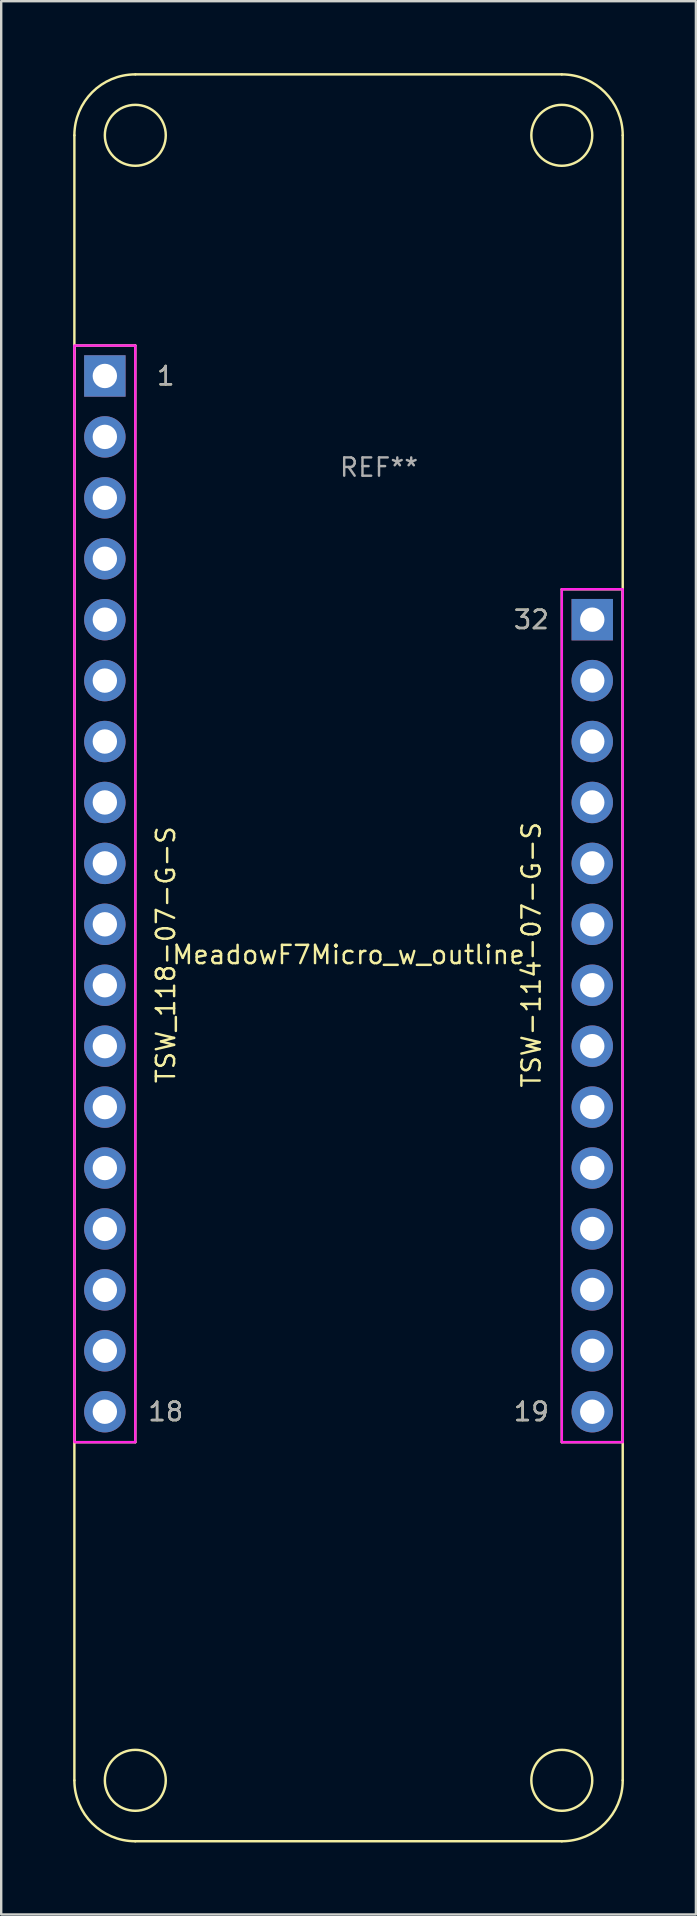
<source format=kicad_pcb>
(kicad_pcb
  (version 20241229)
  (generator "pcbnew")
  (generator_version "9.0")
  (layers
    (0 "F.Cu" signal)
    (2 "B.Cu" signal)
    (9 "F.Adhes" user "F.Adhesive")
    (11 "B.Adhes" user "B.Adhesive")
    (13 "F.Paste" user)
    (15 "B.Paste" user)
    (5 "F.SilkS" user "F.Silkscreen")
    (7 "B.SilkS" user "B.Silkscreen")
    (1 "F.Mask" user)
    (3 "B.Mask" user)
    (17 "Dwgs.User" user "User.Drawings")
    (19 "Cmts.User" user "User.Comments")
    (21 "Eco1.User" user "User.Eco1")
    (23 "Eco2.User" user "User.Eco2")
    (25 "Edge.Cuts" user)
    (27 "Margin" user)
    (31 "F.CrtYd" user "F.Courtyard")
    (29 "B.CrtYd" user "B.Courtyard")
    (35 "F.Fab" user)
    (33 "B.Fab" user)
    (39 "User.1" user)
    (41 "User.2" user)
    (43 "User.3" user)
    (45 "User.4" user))
  (footprint "MeadowF7Micro_w_outline"
    (layer "F.Cu")
    (at 1.321 12.624)
    (property "Reference" "MeadowF7Micro_w_outline" (at 10.16 24.13 0) (layer "F.SilkS") (effects (font (size 0.762 0.762) (thickness 0.102))))
    (attr through_hole)
    (fp_line (start -1.27 -10.033) (end -1.27 58.547) (stroke (width 0.102) (type solid)) (layer "F.SilkS"))
    (fp_line (start -1.27 -1.27) (end -1.27 44.45) (stroke (width 0.102) (type solid)) (layer "F.SilkS"))
    (fp_line (start -1.27 44.45) (end 1.27 44.45) (stroke (width 0.102) (type solid)) (layer "F.SilkS"))
    (fp_line (start 1.27 -1.27) (end -1.27 -1.27) (stroke (width 0.102) (type solid)) (layer "F.SilkS"))
    (fp_line (start 1.27 44.45) (end 1.27 -1.27) (stroke (width 0.102) (type solid)) (layer "F.SilkS"))
    (fp_line (start 1.27 61.087) (end 19.05 61.087) (stroke (width 0.102) (type solid)) (layer "F.SilkS"))
    (fp_line (start 19.05 -12.573) (end 1.27 -12.573) (stroke (width 0.102) (type solid)) (layer "F.SilkS"))
    (fp_line (start 19.05 8.89) (end 19.05 44.45) (stroke (width 0.102) (type solid)) (layer "F.SilkS"))
    (fp_line (start 19.05 44.45) (end 21.59 44.45) (stroke (width 0.102) (type solid)) (layer "F.SilkS"))
    (fp_line (start 21.59 8.89) (end 19.05 8.89) (stroke (width 0.102) (type solid)) (layer "F.SilkS"))
    (fp_line (start 21.59 44.45) (end 21.59 8.89) (stroke (width 0.102) (type solid)) (layer "F.SilkS"))
    (fp_line (start 21.59 58.547) (end 21.59 -10.033) (stroke (width 0.102) (type solid)) (layer "F.SilkS"))
    (fp_arc (start -1.27 -10.033) (mid -0.526051 -11.829051) (end 1.27 -12.573) (stroke (width 0.1016) (type solid)) (layer "F.SilkS"))
    (fp_arc (start 1.27 61.087) (mid -0.526051 60.343051) (end -1.27 58.547) (stroke (width 0.1016) (type solid)) (layer "F.SilkS"))
    (fp_arc (start 19.05 -12.573) (mid 20.846051 -11.829051) (end 21.59 -10.033) (stroke (width 0.1016) (type solid)) (layer "F.SilkS"))
    (fp_arc (start 21.59 58.547) (mid 20.846051 60.343051) (end 19.05 61.087) (stroke (width 0.1016) (type solid)) (layer "F.SilkS"))
    (fp_circle (center 1.27 -10.033) (end 2.54 -10.033) (stroke (width 0.102) (type solid)) (fill no) (layer "F.SilkS"))
    (fp_circle (center 1.27 58.547) (end 2.54 58.547) (stroke (width 0.102) (type solid)) (fill no) (layer "F.SilkS"))
    (fp_circle (center 19.05 -10.033) (end 20.32 -10.033) (stroke (width 0.102) (type solid)) (fill no) (layer "F.SilkS"))
    (fp_circle (center 19.05 58.547) (end 20.32 58.547) (stroke (width 0.102) (type solid)) (fill no) (layer "F.SilkS"))
    (fp_poly (pts (xy 1.27 44.45) (xy -1.27 44.45) (xy -1.27 -1.27) (xy 1.27 -1.27)) (stroke (width 0.1) (type solid)) (fill no) (layer "F.CrtYd"))
    (fp_poly (pts (xy 21.59 44.45) (xy 19.05 44.45) (xy 19.05 8.89) (xy 21.59 8.89)) (stroke (width 0.1) (type solid)) (fill no) (layer "F.CrtYd"))
    (fp_text user "1" (at 2.54 0 0) (layer "F.SilkS") (effects (font (size 0.762 0.762) (thickness 0.102))))
    (fp_text user "TSW-114-07-G-S" (at 17.78 24.13 90) (layer "F.SilkS") (effects (font (size 0.762 0.762) (thickness 0.102))))
    (fp_text user "18" (at 2.54 43.18 0) (layer "F.SilkS") (effects (font (size 0.762 0.762) (thickness 0.102))))
    (fp_text user "19" (at 17.78 43.18 0) (layer "F.SilkS") (effects (font (size 0.762 0.762) (thickness 0.102))))
    (fp_text user "32" (at 17.78 10.16 0) (layer "F.SilkS") (effects (font (size 0.762 0.762) (thickness 0.102))))
    (fp_text user "TSW_118-07-G-S" (at 2.54 24.13 90) (layer "F.SilkS") (effects (font (size 0.762 0.762) (thickness 0.102))))
    (fp_text user "19" (at 17.78 43.18 0) (layer "F.Fab") (effects (font (size 0.762 0.762) (thickness 0.102))))
    (fp_text user "1" (at 2.54 0 0) (layer "F.Fab") (effects (font (size 0.762 0.762) (thickness 0.102))))
    (fp_text user "18" (at 2.54 43.18 0) (layer "F.Fab") (effects (font (size 0.762 0.762) (thickness 0.102))))
    (fp_text user "32" (at 17.78 10.16 0) (layer "F.Fab") (effects (font (size 0.762 0.762) (thickness 0.102))))
    (fp_text user "REF**" (at 11.43 3.81 0) (layer "F.Fab") (effects (font (size 0.762 0.762) (thickness 0.102))))
    (pad "1" thru_hole rect (at 0 0) (size 1.727 1.727) (drill 1.016) (layers "*.Cu" "*.Mask"))
    (pad "2" thru_hole circle (at 0 2.54) (size 1.727 1.727) (drill 1.016) (layers "*.Cu" "*.Mask"))
    (pad "3" thru_hole circle (at 0 5.08) (size 1.727 1.727) (drill 1.016) (layers "*.Cu" "*.Mask"))
    (pad "4" thru_hole circle (at 0 7.62) (size 1.727 1.727) (drill 1.016) (layers "*.Cu" "*.Mask"))
    (pad "5" thru_hole circle (at 0 10.16) (size 1.727 1.727) (drill 1.016) (layers "*.Cu" "*.Mask"))
    (pad "6" thru_hole circle (at 0 12.7) (size 1.727 1.727) (drill 1.016) (layers "*.Cu" "*.Mask"))
    (pad "7" thru_hole circle (at 0 15.24 90) (size 1.727 1.727) (drill 1.016) (layers "*.Cu" "*.Mask"))
    (pad "8" thru_hole circle (at 0 17.78 90) (size 1.727 1.727) (drill 1.016) (layers "*.Cu" "*.Mask"))
    (pad "9" thru_hole circle (at 0 20.32) (size 1.727 1.727) (drill 1.016) (layers "*.Cu" "*.Mask"))
    (pad "10" thru_hole circle (at 0 22.86) (size 1.727 1.727) (drill 1.016) (layers "*.Cu" "*.Mask"))
    (pad "11" thru_hole circle (at 0 25.4) (size 1.727 1.727) (drill 1.016) (layers "*.Cu" "*.Mask"))
    (pad "12" thru_hole circle (at 0 27.94) (size 1.727 1.727) (drill 1.016) (layers "*.Cu" "*.Mask"))
    (pad "13" thru_hole circle (at 0 30.48) (size 1.727 1.727) (drill 1.016) (layers "*.Cu" "*.Mask"))
    (pad "14" thru_hole circle (at 0 33.02) (size 1.727 1.727) (drill 1.016) (layers "*.Cu" "*.Mask"))
    (pad "15" thru_hole circle (at 0 35.56) (size 1.727 1.727) (drill 1.016) (layers "*.Cu" "*.Mask"))
    (pad "16" thru_hole circle (at 0 38.1) (size 1.727 1.727) (drill 1.016) (layers "*.Cu" "*.Mask"))
    (pad "17" thru_hole circle (at 0 40.64) (size 1.727 1.727) (drill 1.016) (layers "*.Cu" "*.Mask"))
    (pad "18" thru_hole circle (at 0 43.18) (size 1.727 1.727) (drill 1.016) (layers "*.Cu" "*.Mask"))
    (pad "19" thru_hole circle (at 20.32 43.18) (size 1.727 1.727) (drill 1.016) (layers "*.Cu" "*.Mask"))
    (pad "20" thru_hole circle (at 20.32 40.64) (size 1.727 1.727) (drill 1.016) (layers "*.Cu" "*.Mask"))
    (pad "21" thru_hole circle (at 20.32 38.1) (size 1.727 1.727) (drill 1.016) (layers "*.Cu" "*.Mask"))
    (pad "22" thru_hole circle (at 20.32 35.56) (size 1.727 1.727) (drill 1.016) (layers "*.Cu" "*.Mask"))
    (pad "23" thru_hole circle (at 20.32 33.02) (size 1.727 1.727) (drill 1.016) (layers "*.Cu" "*.Mask"))
    (pad "24" thru_hole circle (at 20.32 30.48) (size 1.727 1.727) (drill 1.016) (layers "*.Cu" "*.Mask"))
    (pad "25" thru_hole circle (at 20.32 27.94 90) (size 1.727 1.727) (drill 1.016) (layers "*.Cu" "*.Mask"))
    (pad "26" thru_hole circle (at 20.32 25.4 90) (size 1.727 1.727) (drill 1.016) (layers "*.Cu" "*.Mask"))
    (pad "27" thru_hole circle (at 20.32 22.86) (size 1.727 1.727) (drill 1.016) (layers "*.Cu" "*.Mask"))
    (pad "28" thru_hole circle (at 20.32 20.32) (size 1.727 1.727) (drill 1.016) (layers "*.Cu" "*.Mask"))
    (pad "29" thru_hole circle (at 20.32 17.78) (size 1.727 1.727) (drill 1.016) (layers "*.Cu" "*.Mask"))
    (pad "30" thru_hole circle (at 20.32 15.24) (size 1.727 1.727) (drill 1.016) (layers "*.Cu" "*.Mask"))
    (pad "31" thru_hole circle (at 20.32 12.7) (size 1.727 1.727) (drill 1.016) (layers "*.Cu" "*.Mask"))
    (pad "32" thru_hole rect (at 20.32 10.16) (size 1.727 1.727) (drill 1.016) (layers "*.Cu" "*.Mask")))
  (gr_rect
    (start -3 -3)
    (end 25.962 76.762)
    (stroke (width 0.1) (type default))
    (fill no)
    (layer "Edge.Cuts")))
</source>
